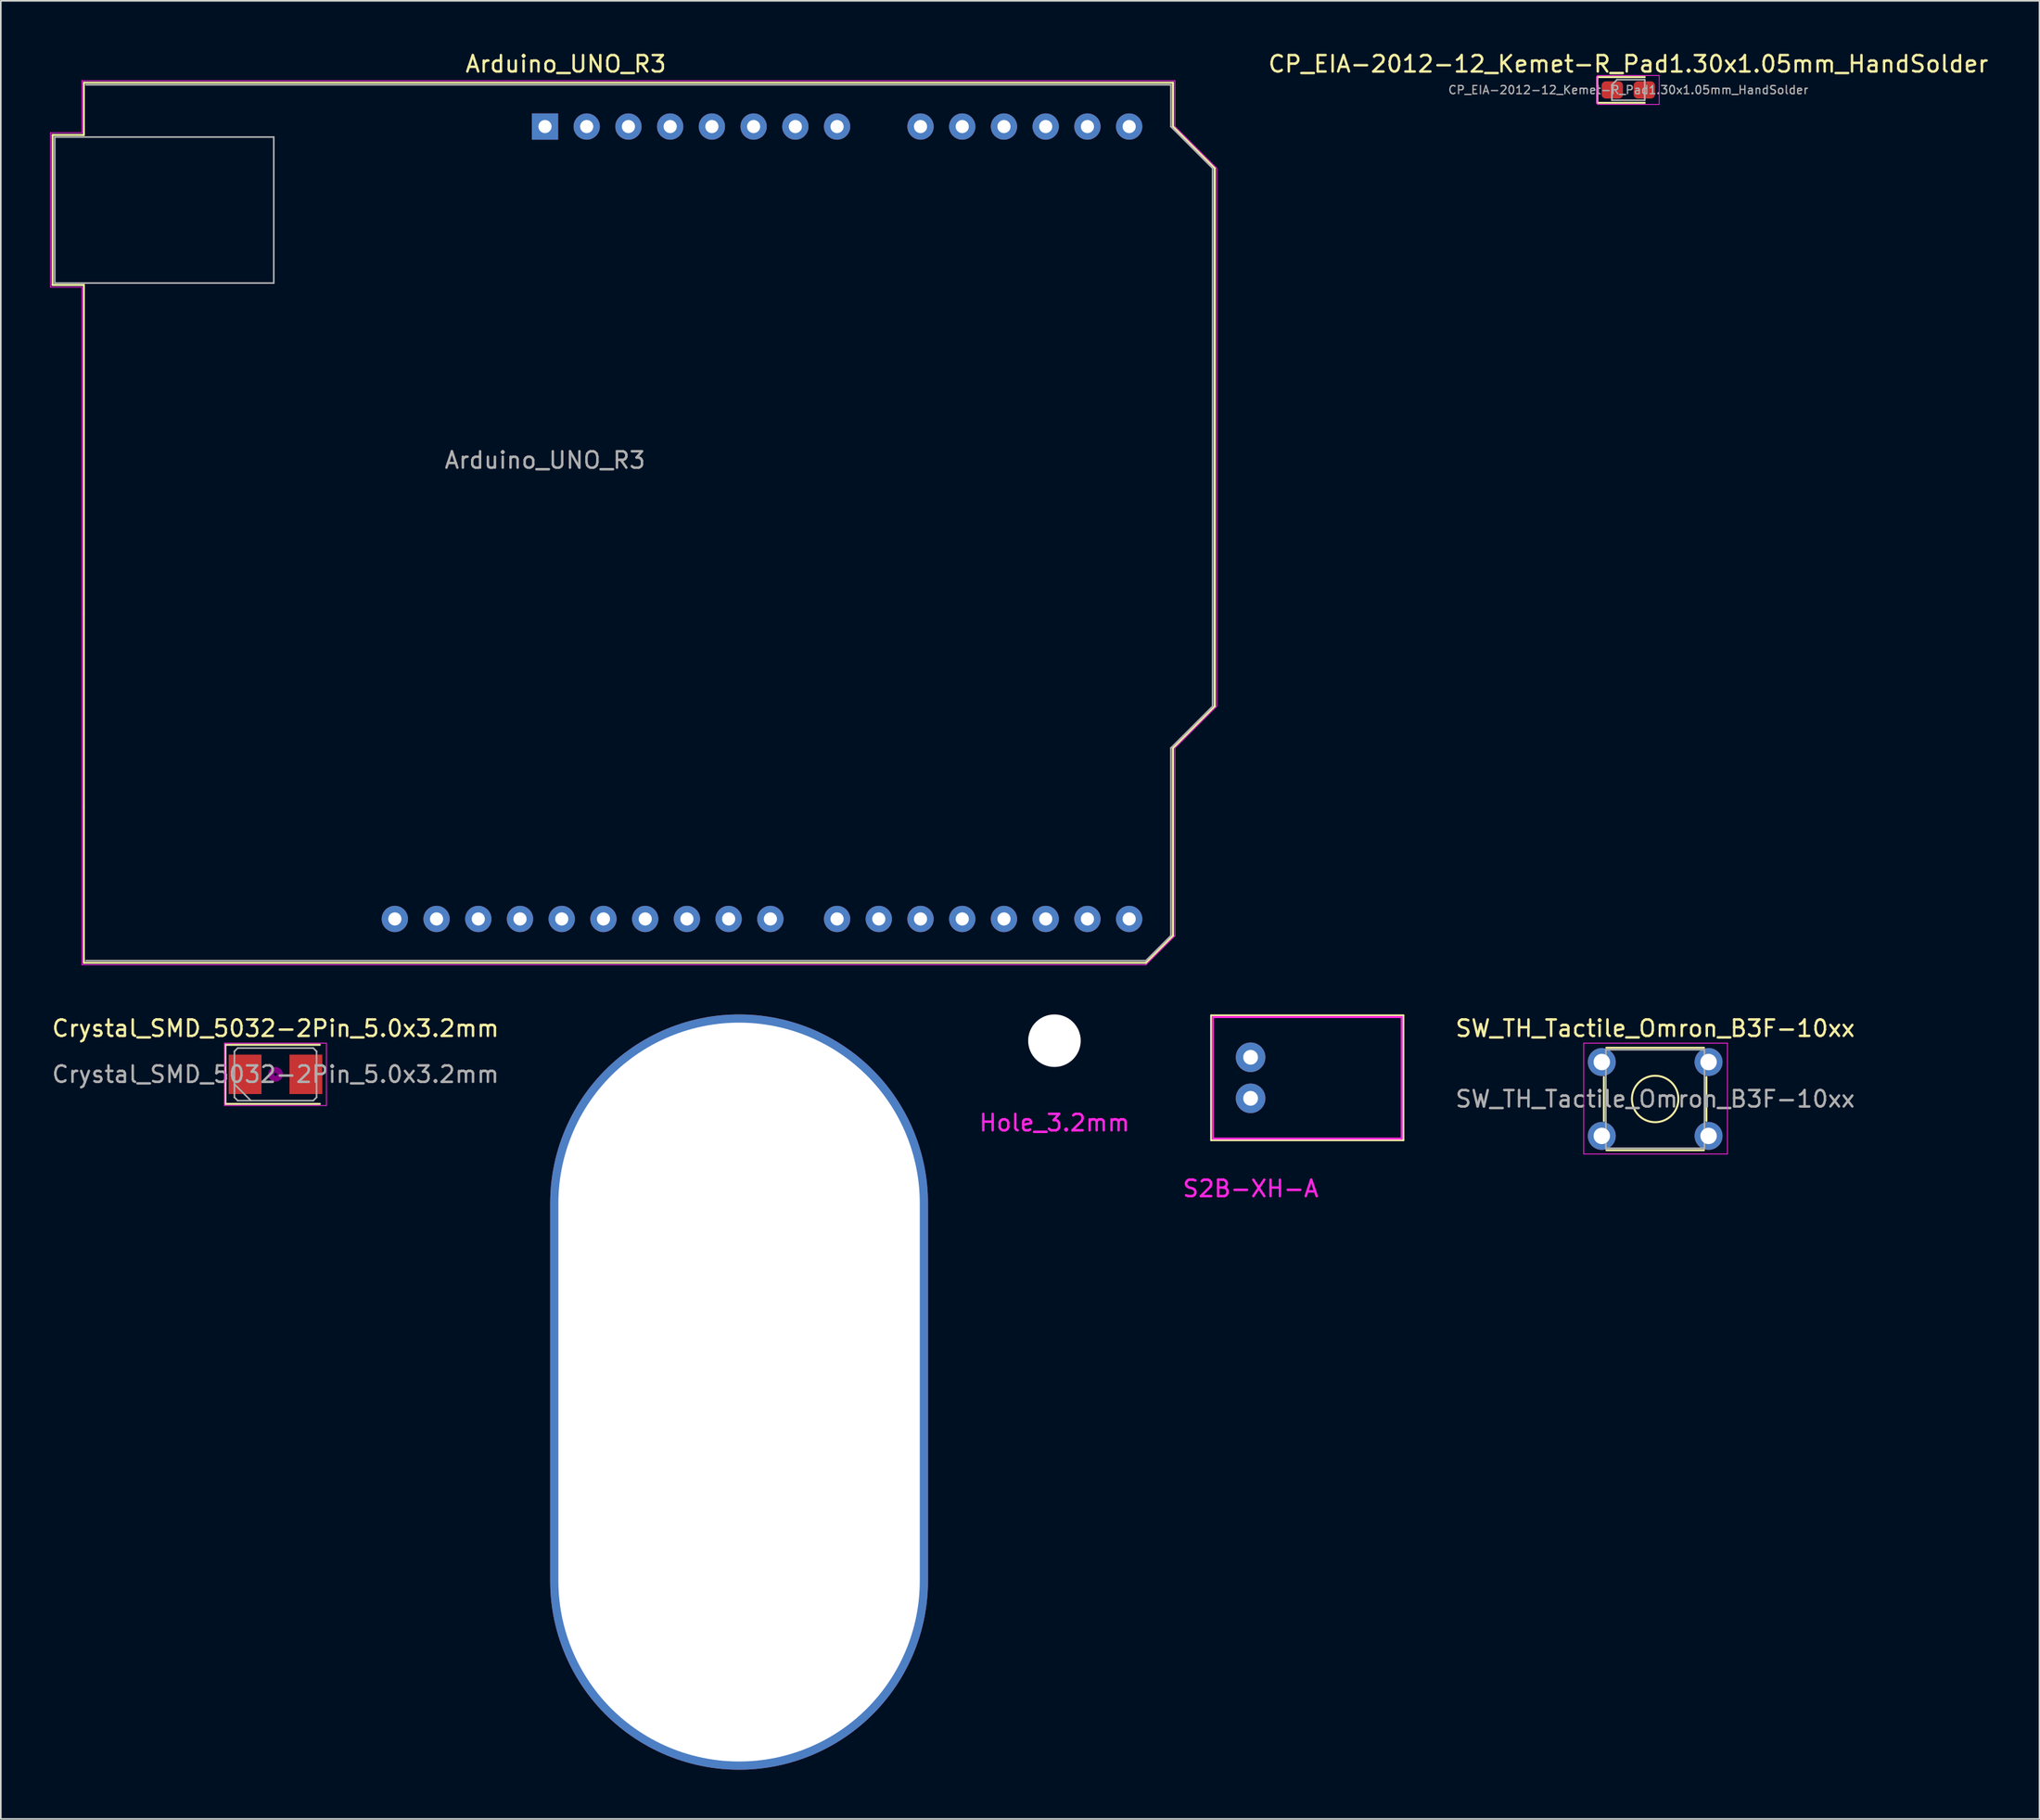
<source format=kicad_pcb>
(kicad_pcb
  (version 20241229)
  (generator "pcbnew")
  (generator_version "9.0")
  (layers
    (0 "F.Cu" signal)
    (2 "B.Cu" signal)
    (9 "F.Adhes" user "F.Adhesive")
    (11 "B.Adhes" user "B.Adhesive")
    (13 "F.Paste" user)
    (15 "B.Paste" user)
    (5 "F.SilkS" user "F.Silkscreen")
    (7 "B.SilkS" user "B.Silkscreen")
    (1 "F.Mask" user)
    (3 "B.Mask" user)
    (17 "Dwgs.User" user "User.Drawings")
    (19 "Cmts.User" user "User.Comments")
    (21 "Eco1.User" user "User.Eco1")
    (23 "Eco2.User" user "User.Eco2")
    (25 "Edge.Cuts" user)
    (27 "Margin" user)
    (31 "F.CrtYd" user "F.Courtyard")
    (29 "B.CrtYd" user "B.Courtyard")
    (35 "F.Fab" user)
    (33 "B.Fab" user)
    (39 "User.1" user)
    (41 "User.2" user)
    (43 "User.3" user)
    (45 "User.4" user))
  (footprint "Hole_3.2mm"
    (layer "F.Cu")
    (at 61.137 60.333)
    (property "Reference" "Hole_3.2mm" (at 0 5 0) (layer "F.CrtYd") (effects (font (size 1 1) (thickness 0.15))))
    (attr through_hole)
    (pad "" np_thru_hole circle (at 0 0) (size 3.2 3.2) (drill 3.2) (layers "*.Cu" "*.Mask")))
  (footprint "CP_EIA-2012-12_Kemet-R_Pad1.30x1.05mm_HandSolder"
    (layer "F.Cu")
    (at 96.07 2.428)
    (property "Reference" "CP_EIA-2012-12_Kemet-R_Pad1.30x1.05mm_HandSolder" (at 0 -1.58 0) (layer "F.SilkS") (effects (font (size 1 1) (thickness 0.15))))
    (attr smd)
    (fp_line (start -1.885 -0.785) (end -1.885 0.785) (stroke (width 0.12) (type solid)) (layer "F.SilkS"))
    (fp_line (start -1.885 0.785) (end 1 0.785) (stroke (width 0.12) (type solid)) (layer "F.SilkS"))
    (fp_line (start 1 -0.785) (end -1.885 -0.785) (stroke (width 0.12) (type solid)) (layer "F.SilkS"))
    (fp_line (start -1.88 -0.88) (end 1.88 -0.88) (stroke (width 0.05) (type solid)) (layer "F.CrtYd"))
    (fp_line (start -1.88 0.88) (end -1.88 -0.88) (stroke (width 0.05) (type solid)) (layer "F.CrtYd"))
    (fp_line (start 1.88 -0.88) (end 1.88 0.88) (stroke (width 0.05) (type solid)) (layer "F.CrtYd"))
    (fp_line (start 1.88 0.88) (end -1.88 0.88) (stroke (width 0.05) (type solid)) (layer "F.CrtYd"))
    (fp_line (start -1 -0.312) (end -1 0.625) (stroke (width 0.1) (type solid)) (layer "F.Fab"))
    (fp_line (start -1 0.625) (end 1 0.625) (stroke (width 0.1) (type solid)) (layer "F.Fab"))
    (fp_line (start -0.688 -0.625) (end -1 -0.312) (stroke (width 0.1) (type solid)) (layer "F.Fab"))
    (fp_line (start 1 -0.625) (end -0.688 -0.625) (stroke (width 0.1) (type solid)) (layer "F.Fab"))
    (fp_line (start 1 0.625) (end 1 -0.625) (stroke (width 0.1) (type solid)) (layer "F.Fab"))
    (fp_text user "${REFERENCE}" (at 0 0 0) (layer "F.Fab") (effects (font (size 0.5 0.5) (thickness 0.08))))
    (pad "1" smd roundrect (at -0.975 0) (size 1.3 1.05) (layers "F.Cu" "F.Mask" "F.Paste") (roundrect_rratio 0.238))
    (pad "2" smd roundrect (at 0.975 0) (size 1.3 1.05) (layers "F.Cu" "F.Mask" "F.Paste") (roundrect_rratio 0.238)))
  (footprint "Crystal_SMD_5032-2Pin_5.0x3.2mm"
    (layer "F.Cu")
    (at 13.72 62.382)
    (property "Reference" "Crystal_SMD_5032-2Pin_5.0x3.2mm" (at 0 -2.8 0) (layer "F.SilkS") (effects (font (size 1 1) (thickness 0.15))))
    (attr smd)
    (fp_line (start -3.05 -1.8) (end -3.05 1.8) (stroke (width 0.12) (type solid)) (layer "F.SilkS"))
    (fp_line (start -3.05 1.8) (end 2.7 1.8) (stroke (width 0.12) (type solid)) (layer "F.SilkS"))
    (fp_line (start 2.7 -1.8) (end -3.05 -1.8) (stroke (width 0.12) (type solid)) (layer "F.SilkS"))
    (fp_circle (center 0 0) (end 0.093 0) (stroke (width 0.187) (type solid)) (fill no) (layer "F.Adhes"))
    (fp_circle (center 0 0) (end 0.213 0) (stroke (width 0.133) (type solid)) (fill no) (layer "F.Adhes"))
    (fp_circle (center 0 0) (end 0.333 0) (stroke (width 0.133) (type solid)) (fill no) (layer "F.Adhes"))
    (fp_circle (center 0 0) (end 0.4 0) (stroke (width 0.1) (type solid)) (fill no) (layer "F.Adhes"))
    (fp_line (start -3.1 -1.9) (end -3.1 1.9) (stroke (width 0.05) (type solid)) (layer "F.CrtYd"))
    (fp_line (start -3.1 1.9) (end 3.1 1.9) (stroke (width 0.05) (type solid)) (layer "F.CrtYd"))
    (fp_line (start 3.1 -1.9) (end -3.1 -1.9) (stroke (width 0.05) (type solid)) (layer "F.CrtYd"))
    (fp_line (start 3.1 1.9) (end 3.1 -1.9) (stroke (width 0.05) (type solid)) (layer "F.CrtYd"))
    (fp_line (start -2.5 -1.4) (end -2.3 -1.6) (stroke (width 0.1) (type solid)) (layer "F.Fab"))
    (fp_line (start -2.5 0.6) (end -1.5 1.6) (stroke (width 0.1) (type solid)) (layer "F.Fab"))
    (fp_line (start -2.5 1.4) (end -2.5 -1.4) (stroke (width 0.1) (type solid)) (layer "F.Fab"))
    (fp_line (start -2.3 -1.6) (end 2.3 -1.6) (stroke (width 0.1) (type solid)) (layer "F.Fab"))
    (fp_line (start -2.3 1.6) (end -2.5 1.4) (stroke (width 0.1) (type solid)) (layer "F.Fab"))
    (fp_line (start 2.3 -1.6) (end 2.5 -1.4) (stroke (width 0.1) (type solid)) (layer "F.Fab"))
    (fp_line (start 2.3 1.6) (end -2.3 1.6) (stroke (width 0.1) (type solid)) (layer "F.Fab"))
    (fp_line (start 2.5 -1.4) (end 2.5 1.4) (stroke (width 0.1) (type solid)) (layer "F.Fab"))
    (fp_line (start 2.5 1.4) (end 2.3 1.6) (stroke (width 0.1) (type solid)) (layer "F.Fab"))
    (fp_text user "${REFERENCE}" (at 0 0 0) (layer "F.Fab") (effects (font (size 1 1) (thickness 0.15))))
    (pad "1" smd rect (at -1.85 0) (size 2 2.4) (layers "F.Cu" "F.Mask" "F.Paste"))
    (pad "2" smd rect (at 1.85 0) (size 2 2.4) (layers "F.Cu" "F.Mask" "F.Paste")))
  (footprint "Arduino_UNO_R3"
    (layer "F.Cu")
    (at 30.125 4.658)
    (property "Reference" "Arduino_UNO_R3" (at 1.27 -3.81 180) (layer "F.SilkS") (effects (font (size 1 1) (thickness 0.15))))
    (attr through_hole)
    (fp_line (start -29.97 0.51) (end -29.97 9.65) (stroke (width 0.12) (type solid)) (layer "F.SilkS"))
    (fp_line (start -29.97 9.65) (end -28.07 9.65) (stroke (width 0.12) (type solid)) (layer "F.SilkS"))
    (fp_line (start -28.07 -2.67) (end -28.07 0.51) (stroke (width 0.12) (type solid)) (layer "F.SilkS"))
    (fp_line (start -28.07 0.51) (end -29.97 0.51) (stroke (width 0.12) (type solid)) (layer "F.SilkS"))
    (fp_line (start -28.07 9.65) (end -28.07 29.72) (stroke (width 0.12) (type solid)) (layer "F.SilkS"))
    (fp_line (start -28.07 29.72) (end -28.07 41.4) (stroke (width 0.12) (type solid)) (layer "F.SilkS"))
    (fp_line (start -28.07 41.4) (end -28.07 50.93) (stroke (width 0.12) (type solid)) (layer "F.SilkS"))
    (fp_line (start -28.07 50.93) (end 36.58 50.93) (stroke (width 0.12) (type solid)) (layer "F.SilkS"))
    (fp_line (start 36.58 50.93) (end 38.23 49.28) (stroke (width 0.12) (type solid)) (layer "F.SilkS"))
    (fp_line (start 38.23 -2.67) (end -28.07 -2.67) (stroke (width 0.12) (type solid)) (layer "F.SilkS"))
    (fp_line (start 38.23 0) (end 38.23 -2.67) (stroke (width 0.12) (type solid)) (layer "F.SilkS"))
    (fp_line (start 38.23 37.85) (end 40.77 35.31) (stroke (width 0.12) (type solid)) (layer "F.SilkS"))
    (fp_line (start 38.23 49.28) (end 38.23 37.85) (stroke (width 0.12) (type solid)) (layer "F.SilkS"))
    (fp_line (start 40.77 2.54) (end 38.23 0) (stroke (width 0.12) (type solid)) (layer "F.SilkS"))
    (fp_line (start 40.77 35.31) (end 40.77 2.54) (stroke (width 0.12) (type solid)) (layer "F.SilkS"))
    (fp_line (start -30.1 0.38) (end -28.19 0.38) (stroke (width 0.05) (type solid)) (layer "F.CrtYd"))
    (fp_line (start -30.1 9.78) (end -30.1 0.38) (stroke (width 0.05) (type solid)) (layer "F.CrtYd"))
    (fp_line (start -28.19 -2.79) (end 38.35 -2.79) (stroke (width 0.05) (type solid)) (layer "F.CrtYd"))
    (fp_line (start -28.19 0.38) (end -28.19 -2.79) (stroke (width 0.05) (type solid)) (layer "F.CrtYd"))
    (fp_line (start -28.19 9.78) (end -30.1 9.78) (stroke (width 0.05) (type solid)) (layer "F.CrtYd"))
    (fp_line (start -28.19 29.59) (end -28.19 9.78) (stroke (width 0.05) (type solid)) (layer "F.CrtYd"))
    (fp_line (start -28.19 29.59) (end -28.19 41.53) (stroke (width 0.05) (type solid)) (layer "F.CrtYd"))
    (fp_line (start -28.19 51.05) (end -28.19 41.53) (stroke (width 0.05) (type solid)) (layer "F.CrtYd"))
    (fp_line (start 36.58 51.05) (end -28.19 51.05) (stroke (width 0.05) (type solid)) (layer "F.CrtYd"))
    (fp_line (start 38.35 -2.79) (end 38.35 0) (stroke (width 0.05) (type solid)) (layer "F.CrtYd"))
    (fp_line (start 38.35 0) (end 40.89 2.54) (stroke (width 0.05) (type solid)) (layer "F.CrtYd"))
    (fp_line (start 38.35 37.85) (end 38.35 49.28) (stroke (width 0.05) (type solid)) (layer "F.CrtYd"))
    (fp_line (start 38.35 49.28) (end 36.58 51.05) (stroke (width 0.05) (type solid)) (layer "F.CrtYd"))
    (fp_line (start 40.89 2.54) (end 40.89 35.31) (stroke (width 0.05) (type solid)) (layer "F.CrtYd"))
    (fp_line (start 40.89 35.31) (end 38.35 37.85) (stroke (width 0.05) (type solid)) (layer "F.CrtYd"))
    (fp_line (start -29.84 0.64) (end -16.51 0.64) (stroke (width 0.1) (type solid)) (layer "F.Fab"))
    (fp_line (start -29.84 9.53) (end -29.84 0.64) (stroke (width 0.1) (type solid)) (layer "F.Fab"))
    (fp_line (start -27.94 -2.54) (end 38.1 -2.54) (stroke (width 0.1) (type solid)) (layer "F.Fab"))
    (fp_line (start -16.51 0.64) (end -16.51 9.53) (stroke (width 0.1) (type solid)) (layer "F.Fab"))
    (fp_line (start -16.51 9.53) (end -29.84 9.53) (stroke (width 0.1) (type solid)) (layer "F.Fab"))
    (fp_line (start 36.58 50.8) (end -27.94 50.8) (stroke (width 0.1) (type solid)) (layer "F.Fab"))
    (fp_line (start 38.1 -2.54) (end 38.1 0) (stroke (width 0.1) (type solid)) (layer "F.Fab"))
    (fp_line (start 38.1 0) (end 40.64 2.54) (stroke (width 0.1) (type solid)) (layer "F.Fab"))
    (fp_line (start 38.1 37.85) (end 38.1 49.28) (stroke (width 0.1) (type solid)) (layer "F.Fab"))
    (fp_line (start 38.1 49.28) (end 36.58 50.8) (stroke (width 0.1) (type solid)) (layer "F.Fab"))
    (fp_line (start 40.64 2.54) (end 40.64 35.31) (stroke (width 0.1) (type solid)) (layer "F.Fab"))
    (fp_line (start 40.64 35.31) (end 38.1 37.85) (stroke (width 0.1) (type solid)) (layer "F.Fab"))
    (fp_text user "${REFERENCE}" (at 0 20.32 180) (layer "F.Fab") (effects (font (size 1 1) (thickness 0.15))))
    (pad "1" thru_hole rect (at 0 0 90) (size 1.6 1.6) (drill 0.8) (layers "*.Cu" "*.Mask"))
    (pad "2" thru_hole oval (at 2.54 0 90) (size 1.6 1.6) (drill 0.8) (layers "*.Cu" "*.Mask"))
    (pad "3" thru_hole oval (at 5.08 0 90) (size 1.6 1.6) (drill 0.8) (layers "*.Cu" "*.Mask"))
    (pad "4" thru_hole oval (at 7.62 0 90) (size 1.6 1.6) (drill 0.8) (layers "*.Cu" "*.Mask"))
    (pad "5" thru_hole oval (at 10.16 0 90) (size 1.6 1.6) (drill 0.8) (layers "*.Cu" "*.Mask"))
    (pad "6" thru_hole oval (at 12.7 0 90) (size 1.6 1.6) (drill 0.8) (layers "*.Cu" "*.Mask"))
    (pad "7" thru_hole oval (at 15.24 0 90) (size 1.6 1.6) (drill 0.8) (layers "*.Cu" "*.Mask"))
    (pad "8" thru_hole oval (at 17.78 0 90) (size 1.6 1.6) (drill 0.8) (layers "*.Cu" "*.Mask"))
    (pad "9" thru_hole oval (at 22.86 0 90) (size 1.6 1.6) (drill 0.8) (layers "*.Cu" "*.Mask"))
    (pad "10" thru_hole oval (at 25.4 0 90) (size 1.6 1.6) (drill 0.8) (layers "*.Cu" "*.Mask"))
    (pad "11" thru_hole oval (at 27.94 0 90) (size 1.6 1.6) (drill 0.8) (layers "*.Cu" "*.Mask"))
    (pad "12" thru_hole oval (at 30.48 0 90) (size 1.6 1.6) (drill 0.8) (layers "*.Cu" "*.Mask"))
    (pad "13" thru_hole oval (at 33.02 0 90) (size 1.6 1.6) (drill 0.8) (layers "*.Cu" "*.Mask"))
    (pad "14" thru_hole oval (at 35.56 0 90) (size 1.6 1.6) (drill 0.8) (layers "*.Cu" "*.Mask"))
    (pad "15" thru_hole oval (at 35.56 48.26 90) (size 1.6 1.6) (drill 0.8) (layers "*.Cu" "*.Mask"))
    (pad "16" thru_hole oval (at 33.02 48.26 90) (size 1.6 1.6) (drill 0.8) (layers "*.Cu" "*.Mask"))
    (pad "17" thru_hole oval (at 30.48 48.26 90) (size 1.6 1.6) (drill 0.8) (layers "*.Cu" "*.Mask"))
    (pad "18" thru_hole oval (at 27.94 48.26 90) (size 1.6 1.6) (drill 0.8) (layers "*.Cu" "*.Mask"))
    (pad "19" thru_hole oval (at 25.4 48.26 90) (size 1.6 1.6) (drill 0.8) (layers "*.Cu" "*.Mask"))
    (pad "20" thru_hole oval (at 22.86 48.26 90) (size 1.6 1.6) (drill 0.8) (layers "*.Cu" "*.Mask"))
    (pad "21" thru_hole oval (at 20.32 48.26 90) (size 1.6 1.6) (drill 0.8) (layers "*.Cu" "*.Mask"))
    (pad "22" thru_hole oval (at 17.78 48.26 90) (size 1.6 1.6) (drill 0.8) (layers "*.Cu" "*.Mask"))
    (pad "23" thru_hole oval (at 13.72 48.26 90) (size 1.6 1.6) (drill 0.8) (layers "*.Cu" "*.Mask"))
    (pad "24" thru_hole oval (at 11.18 48.26 90) (size 1.6 1.6) (drill 0.8) (layers "*.Cu" "*.Mask"))
    (pad "25" thru_hole oval (at 8.64 48.26 90) (size 1.6 1.6) (drill 0.8) (layers "*.Cu" "*.Mask"))
    (pad "26" thru_hole oval (at 6.1 48.26 90) (size 1.6 1.6) (drill 0.8) (layers "*.Cu" "*.Mask"))
    (pad "27" thru_hole oval (at 3.56 48.26 90) (size 1.6 1.6) (drill 0.8) (layers "*.Cu" "*.Mask"))
    (pad "28" thru_hole oval (at 1.02 48.26 90) (size 1.6 1.6) (drill 0.8) (layers "*.Cu" "*.Mask"))
    (pad "29" thru_hole oval (at -1.52 48.26 90) (size 1.6 1.6) (drill 0.8) (layers "*.Cu" "*.Mask"))
    (pad "30" thru_hole oval (at -4.06 48.26 90) (size 1.6 1.6) (drill 0.8) (layers "*.Cu" "*.Mask"))
    (pad "31" thru_hole oval (at -6.6 48.26 90) (size 1.6 1.6) (drill 0.8) (layers "*.Cu" "*.Mask"))
    (pad "32" thru_hole oval (at -9.14 48.26 90) (size 1.6 1.6) (drill 0.8) (layers "*.Cu" "*.Mask")))
  (footprint "S2B-XH-A"
    (layer "F.Cu")
    (at 73.077 63.843)
    (property "Reference" "S2B-XH-A" (at 0 5.5 0) (layer "F.CrtYd") (effects (font (size 1 1) (thickness 0.15))))
    (attr through_hole)
    (fp_line (start -2.4 -5.05) (end -2.4 2.55) (stroke (width 0.12) (type solid)) (layer "F.SilkS"))
    (fp_line (start -2.4 2.55) (end 9.3 2.55) (stroke (width 0.12) (type solid)) (layer "F.SilkS"))
    (fp_line (start 9.3 -5.05) (end -2.4 -5.05) (stroke (width 0.12) (type solid)) (layer "F.SilkS"))
    (fp_line (start 9.3 -5.05) (end 9.3 2.55) (stroke (width 0.12) (type solid)) (layer "F.SilkS"))
    (fp_line (start -2.3 -4.95) (end -2.3 2.45) (stroke (width 0.12) (type solid)) (layer "F.CrtYd"))
    (fp_line (start -2.3 2.45) (end 9.2 2.45) (stroke (width 0.12) (type solid)) (layer "F.CrtYd"))
    (fp_line (start 9.2 -4.95) (end -2.3 -4.95) (stroke (width 0.12) (type solid)) (layer "F.CrtYd"))
    (fp_line (start 9.2 -4.95) (end 9.2 2.45) (stroke (width 0.12) (type solid)) (layer "F.CrtYd"))
    (pad "1" thru_hole circle (at 0 -2.5) (size 1.8 1.8) (drill 0.9) (layers "*.Cu" "*.Mask"))
    (pad "2" thru_hole circle (at 0 0) (size 1.8 1.8) (drill 0.9) (layers "*.Cu" "*.Mask")))
  (footprint "HDMI_Hole2"
    (layer "F.Cu")
    (at 41.94 81.733)
    (property "Reference" "HDMI_Hole2" (at 0 6.85 0) (layer "F.SilkS") (effects (font (size 1 1) (thickness 0.15))))
    (attr through_hole)
    (pad "" np_thru_hole oval (at 0 0) (size 23 46) (drill oval 22 45) (layers "*.Cu" "*.Mask")))
  (footprint "SW_TH_Tactile_Omron_B3F-10xx"
    (layer "F.Cu")
    (at 94.455 61.632)
    (property "Reference" "SW_TH_Tactile_Omron_B3F-10xx" (at 3.25 -2.05 0) (layer "F.SilkS") (effects (font (size 1 1) (thickness 0.15))))
    (attr through_hole)
    (fp_line (start 0.13 3.59) (end 0.13 0.91) (stroke (width 0.12) (type solid)) (layer "F.SilkS"))
    (fp_line (start 0.28 -0.87) (end 6.22 -0.87) (stroke (width 0.12) (type solid)) (layer "F.SilkS"))
    (fp_line (start 0.28 5.37) (end 6.22 5.37) (stroke (width 0.12) (type solid)) (layer "F.SilkS"))
    (fp_line (start 6.37 0.91) (end 6.37 3.59) (stroke (width 0.12) (type solid)) (layer "F.SilkS"))
    (fp_circle (center 3.25 2.25) (end 4.25 3.25) (stroke (width 0.12) (type solid)) (fill no) (layer "F.SilkS"))
    (fp_line (start -1.1 -1.15) (end -1.1 5.6) (stroke (width 0.05) (type solid)) (layer "F.CrtYd"))
    (fp_line (start -1.1 5.6) (end 7.65 5.6) (stroke (width 0.05) (type solid)) (layer "F.CrtYd"))
    (fp_line (start 7.65 -1.15) (end -1.1 -1.15) (stroke (width 0.05) (type solid)) (layer "F.CrtYd"))
    (fp_line (start 7.65 5.6) (end 7.65 -1.15) (stroke (width 0.05) (type solid)) (layer "F.CrtYd"))
    (fp_line (start 0.25 -0.75) (end 0.25 5.25) (stroke (width 0.1) (type solid)) (layer "F.Fab"))
    (fp_line (start 0.25 -0.75) (end 6.25 -0.75) (stroke (width 0.1) (type solid)) (layer "F.Fab"))
    (fp_line (start 0.25 5.25) (end 6.25 5.25) (stroke (width 0.1) (type solid)) (layer "F.Fab"))
    (fp_line (start 6.25 -0.75) (end 6.25 5.25) (stroke (width 0.1) (type solid)) (layer "F.Fab"))
    (fp_text user "${REFERENCE}" (at 3.25 2.25 0) (layer "F.Fab") (effects (font (size 1 1) (thickness 0.15))))
    (pad "1" thru_hole circle (at 0 0) (size 1.7 1.7) (drill 1) (layers "*.Cu" "*.Mask"))
    (pad "2" thru_hole circle (at 6.5 0) (size 1.7 1.7) (drill 1) (layers "*.Cu" "*.Mask"))
    (pad "3" thru_hole circle (at 0 4.5) (size 1.7 1.7) (drill 1) (layers "*.Cu" "*.Mask"))
    (pad "4" thru_hole circle (at 6.5 4.5) (size 1.7 1.7) (drill 1) (layers "*.Cu" "*.Mask")))
  (gr_rect
    (start -3 -3)
    (end 121.1 107.733)
    (stroke (width 0.1) (type default))
    (fill no)
    (layer "Edge.Cuts")))
</source>
